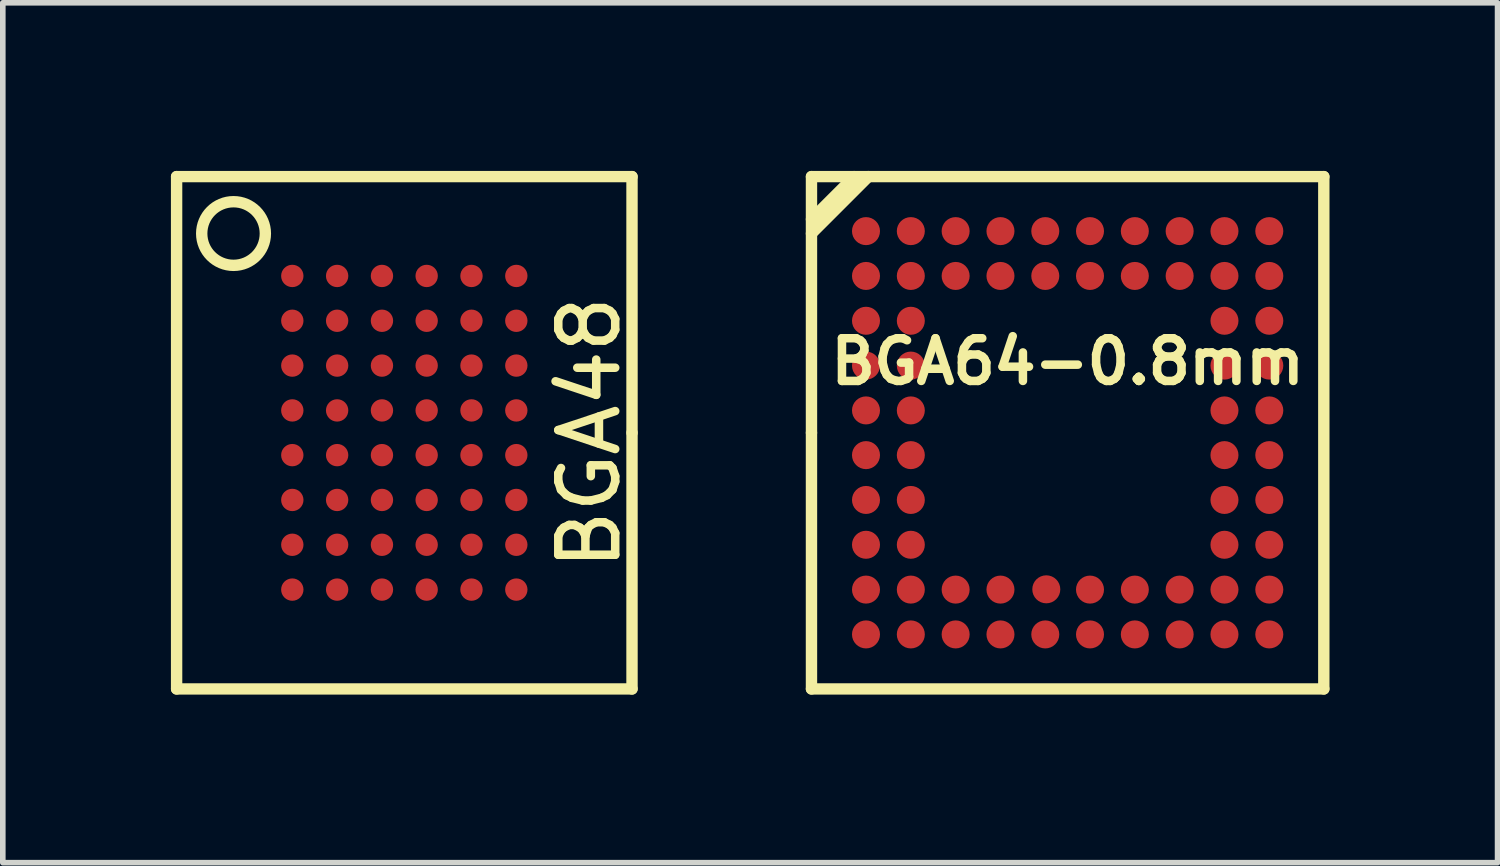
<source format=kicad_pcb>
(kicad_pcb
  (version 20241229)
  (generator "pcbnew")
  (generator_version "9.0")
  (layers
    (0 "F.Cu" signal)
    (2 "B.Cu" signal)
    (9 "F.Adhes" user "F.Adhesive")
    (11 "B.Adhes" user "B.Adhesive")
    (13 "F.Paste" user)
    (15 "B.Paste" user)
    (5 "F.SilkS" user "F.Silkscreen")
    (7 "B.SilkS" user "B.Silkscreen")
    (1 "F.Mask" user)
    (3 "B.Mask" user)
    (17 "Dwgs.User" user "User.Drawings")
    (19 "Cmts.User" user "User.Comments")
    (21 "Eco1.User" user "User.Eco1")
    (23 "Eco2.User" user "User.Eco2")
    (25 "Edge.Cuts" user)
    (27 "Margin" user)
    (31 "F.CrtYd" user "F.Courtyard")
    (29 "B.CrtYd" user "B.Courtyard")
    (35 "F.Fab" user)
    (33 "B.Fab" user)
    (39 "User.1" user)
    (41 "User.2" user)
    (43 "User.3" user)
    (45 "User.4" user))
  (footprint "BGA48"
    (layer "F.Cu")
    (at 4.166 4.674)
    (property "Reference" "BGA48" (at 3.302 0 90) (layer "F.SilkS") (effects (font (size 1.016 1.016) (thickness 0.152))))
    (attr smd)
    (fp_line (start -4.064 -4.572) (end 4.064 -4.572) (stroke (width 0.203) (type solid)) (layer "F.SilkS"))
    (fp_line (start -4.064 4.572) (end -4.064 -4.572) (stroke (width 0.203) (type solid)) (layer "F.SilkS"))
    (fp_line (start 4.064 -4.572) (end 4.064 0) (stroke (width 0.203) (type solid)) (layer "F.SilkS"))
    (fp_line (start 4.064 0) (end 4.064 4.572) (stroke (width 0.203) (type solid)) (layer "F.SilkS"))
    (fp_line (start 4.064 4.572) (end -4.064 4.572) (stroke (width 0.203) (type solid)) (layer "F.SilkS"))
    (fp_circle (center -3.048 -3.556) (end -3.302 -4.064) (stroke (width 0.203) (type solid)) (fill no) (layer "F.SilkS"))
    (pad "A1" smd circle (at -1.999 -2.799) (size 0.399 0.399) (layers "F.Cu" "F.Mask" "F.Paste"))
    (pad "A2" smd circle (at -1.199 -2.799) (size 0.399 0.399) (layers "F.Cu" "F.Mask" "F.Paste"))
    (pad "A3" smd circle (at -0.399 -2.799) (size 0.399 0.399) (layers "F.Cu" "F.Mask" "F.Paste"))
    (pad "A4" smd circle (at 0.399 -2.799) (size 0.399 0.399) (layers "F.Cu" "F.Mask" "F.Paste"))
    (pad "A5" smd circle (at 1.199 -2.799) (size 0.399 0.399) (layers "F.Cu" "F.Mask" "F.Paste"))
    (pad "A6" smd circle (at 1.999 -2.799) (size 0.399 0.399) (layers "F.Cu" "F.Mask" "F.Paste"))
    (pad "B1" smd circle (at -1.999 -1.999) (size 0.399 0.399) (layers "F.Cu" "F.Mask" "F.Paste"))
    (pad "B2" smd circle (at -1.199 -1.999) (size 0.399 0.399) (layers "F.Cu" "F.Mask" "F.Paste"))
    (pad "B3" smd circle (at -0.399 -1.999) (size 0.399 0.399) (layers "F.Cu" "F.Mask" "F.Paste"))
    (pad "B4" smd circle (at 0.399 -1.999) (size 0.399 0.399) (layers "F.Cu" "F.Mask" "F.Paste"))
    (pad "B5" smd circle (at 1.199 -1.999) (size 0.399 0.399) (layers "F.Cu" "F.Mask" "F.Paste"))
    (pad "B6" smd circle (at 1.999 -1.999) (size 0.399 0.399) (layers "F.Cu" "F.Mask" "F.Paste"))
    (pad "C1" smd circle (at -1.999 -1.199) (size 0.399 0.399) (layers "F.Cu" "F.Mask" "F.Paste"))
    (pad "C2" smd circle (at -1.199 -1.199) (size 0.399 0.399) (layers "F.Cu" "F.Mask" "F.Paste"))
    (pad "C3" smd circle (at -0.399 -1.199) (size 0.399 0.399) (layers "F.Cu" "F.Mask" "F.Paste"))
    (pad "C4" smd circle (at 0.399 -1.199) (size 0.399 0.399) (layers "F.Cu" "F.Mask" "F.Paste"))
    (pad "C5" smd circle (at 1.199 -1.199) (size 0.399 0.399) (layers "F.Cu" "F.Mask" "F.Paste"))
    (pad "C6" smd circle (at 1.999 -1.199) (size 0.399 0.399) (layers "F.Cu" "F.Mask" "F.Paste"))
    (pad "D1" smd circle (at -1.999 -0.399) (size 0.399 0.399) (layers "F.Cu" "F.Mask" "F.Paste"))
    (pad "D2" smd circle (at -1.199 -0.399) (size 0.399 0.399) (layers "F.Cu" "F.Mask" "F.Paste"))
    (pad "D3" smd circle (at -0.399 -0.399) (size 0.399 0.399) (layers "F.Cu" "F.Mask" "F.Paste"))
    (pad "D4" smd circle (at 0.399 -0.399) (size 0.399 0.399) (layers "F.Cu" "F.Mask" "F.Paste"))
    (pad "D5" smd circle (at 1.199 -0.399) (size 0.399 0.399) (layers "F.Cu" "F.Mask" "F.Paste"))
    (pad "D6" smd circle (at 1.999 -0.399) (size 0.399 0.399) (layers "F.Cu" "F.Mask" "F.Paste"))
    (pad "E1" smd circle (at -1.999 0.399) (size 0.399 0.399) (layers "F.Cu" "F.Mask" "F.Paste"))
    (pad "E2" smd circle (at -1.199 0.399) (size 0.399 0.399) (layers "F.Cu" "F.Mask" "F.Paste"))
    (pad "E3" smd circle (at -0.399 0.399) (size 0.399 0.399) (layers "F.Cu" "F.Mask" "F.Paste"))
    (pad "E4" smd circle (at 0.399 0.399) (size 0.399 0.399) (layers "F.Cu" "F.Mask" "F.Paste"))
    (pad "E5" smd circle (at 1.199 0.399) (size 0.399 0.399) (layers "F.Cu" "F.Mask" "F.Paste"))
    (pad "E6" smd circle (at 1.999 0.399) (size 0.399 0.399) (layers "F.Cu" "F.Mask" "F.Paste"))
    (pad "F1" smd circle (at -1.999 1.199) (size 0.399 0.399) (layers "F.Cu" "F.Mask" "F.Paste"))
    (pad "F2" smd circle (at -1.199 1.199) (size 0.399 0.399) (layers "F.Cu" "F.Mask" "F.Paste"))
    (pad "F3" smd circle (at -0.399 1.199) (size 0.399 0.399) (layers "F.Cu" "F.Mask" "F.Paste"))
    (pad "F4" smd circle (at 0.399 1.199) (size 0.399 0.399) (layers "F.Cu" "F.Mask" "F.Paste"))
    (pad "F5" smd circle (at 1.199 1.199) (size 0.399 0.399) (layers "F.Cu" "F.Mask" "F.Paste"))
    (pad "F6" smd circle (at 1.999 1.199) (size 0.399 0.399) (layers "F.Cu" "F.Mask" "F.Paste"))
    (pad "G1" smd circle (at -1.999 1.999) (size 0.399 0.399) (layers "F.Cu" "F.Mask" "F.Paste"))
    (pad "G2" smd circle (at -1.199 1.999) (size 0.399 0.399) (layers "F.Cu" "F.Mask" "F.Paste"))
    (pad "G3" smd circle (at -0.399 1.999) (size 0.399 0.399) (layers "F.Cu" "F.Mask" "F.Paste"))
    (pad "G4" smd circle (at 0.399 1.999) (size 0.399 0.399) (layers "F.Cu" "F.Mask" "F.Paste"))
    (pad "G5" smd circle (at 1.199 1.999) (size 0.399 0.399) (layers "F.Cu" "F.Mask" "F.Paste"))
    (pad "G6" smd circle (at 1.999 1.999) (size 0.399 0.399) (layers "F.Cu" "F.Mask" "F.Paste"))
    (pad "H1" smd circle (at -1.999 2.799) (size 0.399 0.399) (layers "F.Cu" "F.Mask" "F.Paste"))
    (pad "H2" smd circle (at -1.199 2.799) (size 0.399 0.399) (layers "F.Cu" "F.Mask" "F.Paste"))
    (pad "H3" smd circle (at -0.399 2.799) (size 0.399 0.399) (layers "F.Cu" "F.Mask" "F.Paste"))
    (pad "H4" smd circle (at 0.399 2.799) (size 0.399 0.399) (layers "F.Cu" "F.Mask" "F.Paste"))
    (pad "H5" smd circle (at 1.199 2.799) (size 0.399 0.399) (layers "F.Cu" "F.Mask" "F.Paste"))
    (pad "H6" smd circle (at 1.999 2.799) (size 0.399 0.399) (layers "F.Cu" "F.Mask" "F.Paste")))
  (footprint "BGA64-0.8mm"
    (layer "F.Cu")
    (at 16.005 4.674)
    (property "Reference" "BGA64-0.8mm" (at 0 -1.27 0) (layer "F.SilkS") (effects (font (size 0.762 0.762) (thickness 0.152))))
    (attr smd)
    (fp_line (start -4.572 -4.572) (end 4.572 -4.572) (stroke (width 0.203) (type solid)) (layer "F.SilkS"))
    (fp_line (start -4.572 -3.81) (end -3.81 -4.572) (stroke (width 0.203) (type solid)) (layer "F.SilkS"))
    (fp_line (start -4.572 -3.556) (end -3.556 -4.572) (stroke (width 0.203) (type solid)) (layer "F.SilkS"))
    (fp_line (start -4.572 0) (end -4.572 -4.572) (stroke (width 0.203) (type solid)) (layer "F.SilkS"))
    (fp_line (start -4.572 4.572) (end -4.572 0) (stroke (width 0.203) (type solid)) (layer "F.SilkS"))
    (fp_line (start 4.572 -4.572) (end 4.572 4.572) (stroke (width 0.203) (type solid)) (layer "F.SilkS"))
    (fp_line (start 4.572 4.572) (end -4.572 4.572) (stroke (width 0.203) (type solid)) (layer "F.SilkS"))
    (pad "A1" smd circle (at -3.599 -3.599) (size 0.5 0.5) (layers "F.Cu" "F.Mask" "F.Paste"))
    (pad "A2" smd circle (at -2.799 -3.599) (size 0.5 0.5) (layers "F.Cu" "F.Mask" "F.Paste"))
    (pad "A3" smd circle (at -1.999 -3.599) (size 0.5 0.5) (layers "F.Cu" "F.Mask" "F.Paste"))
    (pad "A4" smd circle (at -1.199 -3.599) (size 0.5 0.5) (layers "F.Cu" "F.Mask" "F.Paste"))
    (pad "A5" smd circle (at -0.399 -3.599) (size 0.5 0.5) (layers "F.Cu" "F.Mask" "F.Paste"))
    (pad "A6" smd circle (at 0.399 -3.599) (size 0.5 0.5) (layers "F.Cu" "F.Mask" "F.Paste"))
    (pad "A7" smd circle (at 1.199 -3.599) (size 0.5 0.5) (layers "F.Cu" "F.Mask" "F.Paste"))
    (pad "A8" smd circle (at 1.999 -3.599) (size 0.5 0.5) (layers "F.Cu" "F.Mask" "F.Paste"))
    (pad "A9" smd circle (at 2.799 -3.599) (size 0.5 0.5) (layers "F.Cu" "F.Mask" "F.Paste"))
    (pad "A10" smd circle (at 3.599 -3.599) (size 0.5 0.5) (layers "F.Cu" "F.Mask" "F.Paste"))
    (pad "B1" smd circle (at -3.599 -2.799) (size 0.5 0.5) (layers "F.Cu" "F.Mask" "F.Paste"))
    (pad "B2" smd circle (at -2.799 -2.799) (size 0.5 0.5) (layers "F.Cu" "F.Mask" "F.Paste"))
    (pad "B3" smd circle (at -1.999 -2.799) (size 0.5 0.5) (layers "F.Cu" "F.Mask" "F.Paste"))
    (pad "B4" smd circle (at -1.199 -2.799) (size 0.5 0.5) (layers "F.Cu" "F.Mask" "F.Paste"))
    (pad "B5" smd circle (at -0.399 -2.799) (size 0.5 0.5) (layers "F.Cu" "F.Mask" "F.Paste"))
    (pad "B6" smd circle (at 0.399 -2.799) (size 0.5 0.5) (layers "F.Cu" "F.Mask" "F.Paste"))
    (pad "B7" smd circle (at 1.199 -2.799) (size 0.5 0.5) (layers "F.Cu" "F.Mask" "F.Paste"))
    (pad "B8" smd circle (at 1.999 -2.799) (size 0.5 0.5) (layers "F.Cu" "F.Mask" "F.Paste"))
    (pad "B9" smd circle (at 2.799 -2.799) (size 0.5 0.5) (layers "F.Cu" "F.Mask" "F.Paste"))
    (pad "B10" smd circle (at 3.599 -2.799) (size 0.5 0.5) (layers "F.Cu" "F.Mask" "F.Paste"))
    (pad "C1" smd circle (at -3.599 -1.999) (size 0.5 0.5) (layers "F.Cu" "F.Mask" "F.Paste"))
    (pad "C2" smd circle (at -2.799 -1.999) (size 0.5 0.5) (layers "F.Cu" "F.Mask" "F.Paste"))
    (pad "C9" smd circle (at 2.799 -1.999) (size 0.5 0.5) (layers "F.Cu" "F.Mask" "F.Paste"))
    (pad "C10" smd circle (at 3.599 -1.999) (size 0.5 0.5) (layers "F.Cu" "F.Mask" "F.Paste"))
    (pad "D1" smd circle (at -3.599 -1.199) (size 0.5 0.5) (layers "F.Cu" "F.Mask" "F.Paste"))
    (pad "D2" smd circle (at -2.799 -1.199) (size 0.5 0.5) (layers "F.Cu" "F.Mask" "F.Paste"))
    (pad "D9" smd circle (at 2.799 -1.199) (size 0.5 0.5) (layers "F.Cu" "F.Mask" "F.Paste"))
    (pad "D10" smd circle (at 3.599 -1.199) (size 0.5 0.5) (layers "F.Cu" "F.Mask" "F.Paste"))
    (pad "E1" smd circle (at -3.599 -0.399) (size 0.5 0.5) (layers "F.Cu" "F.Mask" "F.Paste"))
    (pad "E2" smd circle (at -2.799 -0.399) (size 0.5 0.5) (layers "F.Cu" "F.Mask" "F.Paste"))
    (pad "E9" smd circle (at 2.799 -0.399) (size 0.5 0.5) (layers "F.Cu" "F.Mask" "F.Paste"))
    (pad "E10" smd circle (at 3.599 -0.399) (size 0.5 0.5) (layers "F.Cu" "F.Mask" "F.Paste"))
    (pad "F1" smd circle (at -3.599 0.399) (size 0.5 0.5) (layers "F.Cu" "F.Mask" "F.Paste"))
    (pad "F2" smd circle (at -2.799 0.399) (size 0.5 0.5) (layers "F.Cu" "F.Mask" "F.Paste"))
    (pad "F9" smd circle (at 2.799 0.399) (size 0.5 0.5) (layers "F.Cu" "F.Mask" "F.Paste"))
    (pad "F10" smd circle (at 3.599 0.399) (size 0.5 0.5) (layers "F.Cu" "F.Mask" "F.Paste"))
    (pad "G1" smd circle (at -3.599 1.199) (size 0.5 0.5) (layers "F.Cu" "F.Mask" "F.Paste"))
    (pad "G2" smd circle (at -2.799 1.199) (size 0.5 0.5) (layers "F.Cu" "F.Mask" "F.Paste"))
    (pad "G9" smd circle (at 2.799 1.199) (size 0.5 0.5) (layers "F.Cu" "F.Mask" "F.Paste"))
    (pad "G10" smd circle (at 3.599 1.199) (size 0.5 0.5) (layers "F.Cu" "F.Mask" "F.Paste"))
    (pad "H1" smd circle (at -3.599 1.999) (size 0.5 0.5) (layers "F.Cu" "F.Mask" "F.Paste"))
    (pad "H2" smd circle (at -2.799 1.999) (size 0.5 0.5) (layers "F.Cu" "F.Mask" "F.Paste"))
    (pad "H9" smd circle (at 2.799 1.999) (size 0.5 0.5) (layers "F.Cu" "F.Mask" "F.Paste"))
    (pad "H10" smd circle (at 3.599 1.999) (size 0.5 0.5) (layers "F.Cu" "F.Mask" "F.Paste"))
    (pad "J1" smd circle (at -3.599 2.799) (size 0.5 0.5) (layers "F.Cu" "F.Mask" "F.Paste"))
    (pad "J2" smd circle (at -2.799 2.799) (size 0.5 0.5) (layers "F.Cu" "F.Mask" "F.Paste"))
    (pad "J3" smd circle (at -1.999 2.799) (size 0.5 0.5) (layers "F.Cu" "F.Mask" "F.Paste"))
    (pad "J4" smd circle (at -1.199 2.799) (size 0.5 0.5) (layers "F.Cu" "F.Mask" "F.Paste"))
    (pad "J5" smd circle (at -0.381 2.794) (size 0.5 0.5) (layers "F.Cu" "F.Mask" "F.Paste"))
    (pad "J6" smd circle (at 0.399 2.799) (size 0.5 0.5) (layers "F.Cu" "F.Mask" "F.Paste"))
    (pad "J7" smd circle (at 1.199 2.799) (size 0.5 0.5) (layers "F.Cu" "F.Mask" "F.Paste"))
    (pad "J8" smd circle (at 1.999 2.799) (size 0.5 0.5) (layers "F.Cu" "F.Mask" "F.Paste"))
    (pad "J9" smd circle (at 2.799 2.799) (size 0.5 0.5) (layers "F.Cu" "F.Mask" "F.Paste"))
    (pad "J10" smd circle (at 3.599 2.799) (size 0.5 0.5) (layers "F.Cu" "F.Mask" "F.Paste"))
    (pad "K1" smd circle (at -3.599 3.599) (size 0.5 0.5) (layers "F.Cu" "F.Mask" "F.Paste"))
    (pad "K2" smd circle (at -2.799 3.599) (size 0.5 0.5) (layers "F.Cu" "F.Mask" "F.Paste"))
    (pad "K3" smd circle (at -1.999 3.599) (size 0.5 0.5) (layers "F.Cu" "F.Mask" "F.Paste"))
    (pad "K4" smd circle (at -1.199 3.599) (size 0.5 0.5) (layers "F.Cu" "F.Mask" "F.Paste"))
    (pad "K5" smd circle (at -0.399 3.599) (size 0.5 0.5) (layers "F.Cu" "F.Mask" "F.Paste"))
    (pad "K6" smd circle (at 0.399 3.599) (size 0.5 0.5) (layers "F.Cu" "F.Mask" "F.Paste"))
    (pad "K7" smd circle (at 1.199 3.599) (size 0.5 0.5) (layers "F.Cu" "F.Mask" "F.Paste"))
    (pad "K8" smd circle (at 1.999 3.599) (size 0.5 0.5) (layers "F.Cu" "F.Mask" "F.Paste"))
    (pad "K9" smd circle (at 2.799 3.599) (size 0.5 0.5) (layers "F.Cu" "F.Mask" "F.Paste"))
    (pad "K10" smd circle (at 3.599 3.599) (size 0.5 0.5) (layers "F.Cu" "F.Mask" "F.Paste")))
  (gr_rect
    (start -3 -3)
    (end 23.678 12.347)
    (stroke (width 0.1) (type default))
    (fill no)
    (layer "Edge.Cuts")))
</source>
